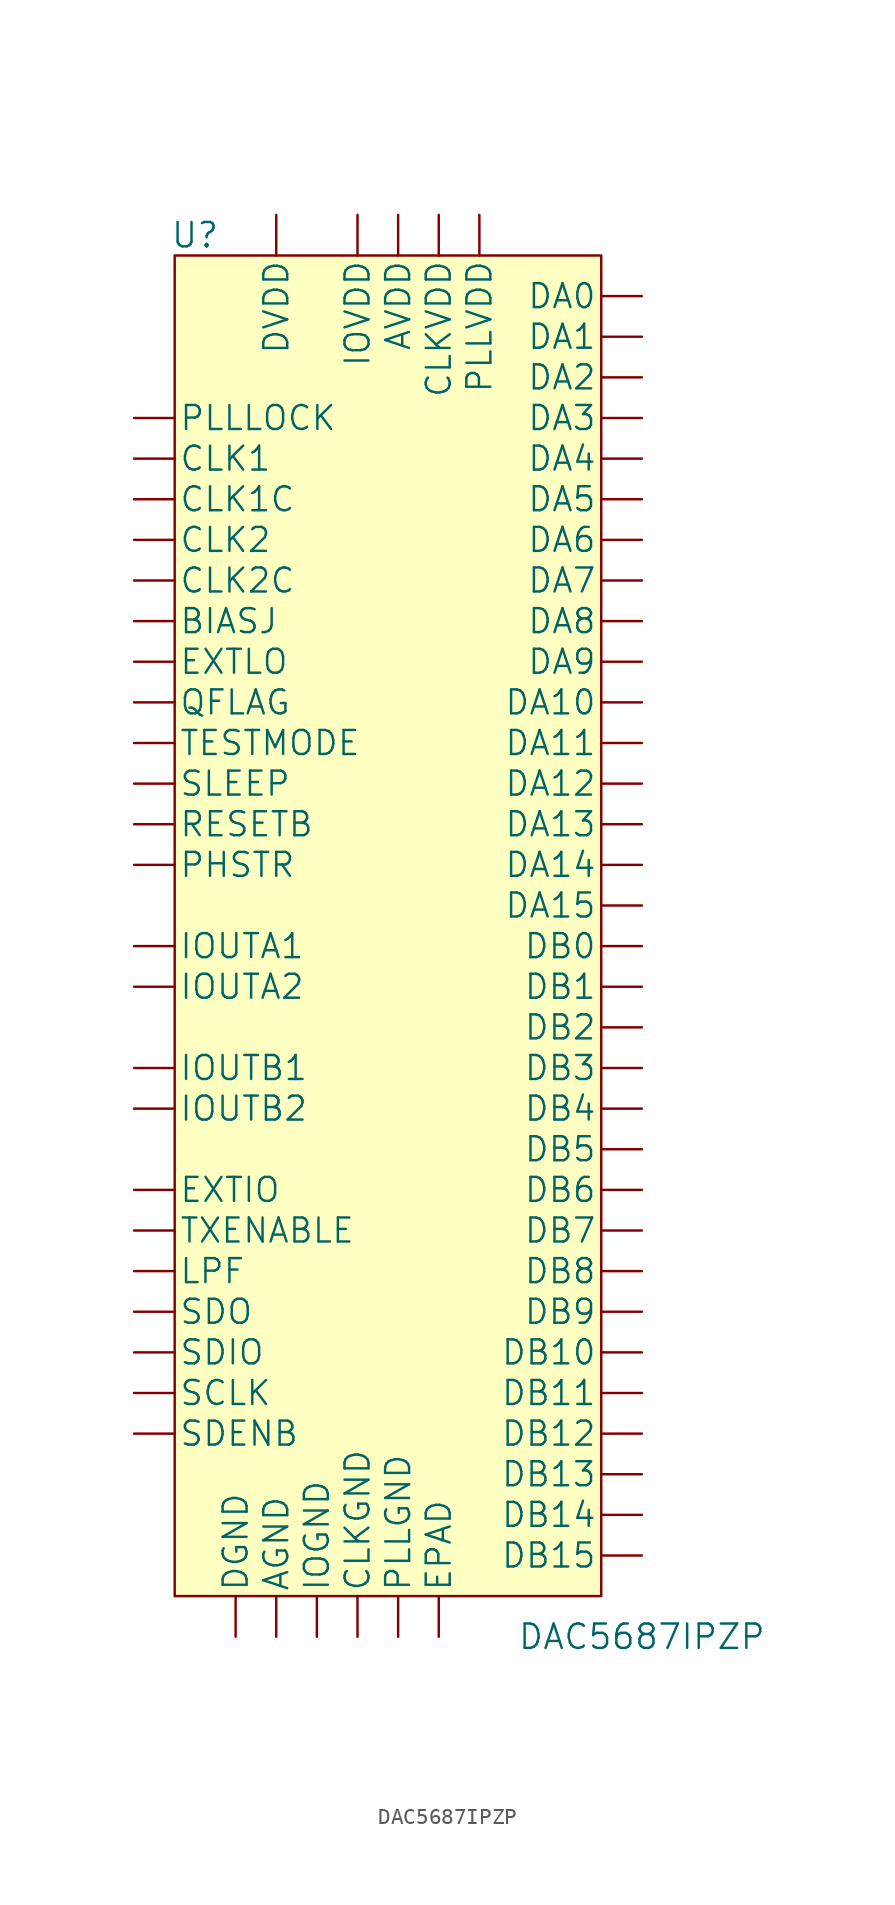
<source format=kicad_sym>
(kicad_symbol_lib
  (version 20211014)
  (generator kicad_symbol_editor)
  (symbol "DAC5687IPZP"
    (pin_numbers hide)
    (pin_names
      (offset 0.254))
    (property "Reference" "U"
      (at -11.43 13.97 0)
      (effects (font (size 1.524 1.524))))
    (property "Value" "DAC5687IPZP"
      (at 16.51 -73.66 0)
      (effects (font (size 1.524 1.524))))
    (symbol "DAC5687IPZP_0_1"
      (rectangle (start -12.7 12.7) (end 13.97 -71.12) (stroke (width 0) (type default) (color 0 0 0 0)) (fill (type background))))
    (symbol "DAC5687IPZP_1_1"
      (pin power_in line (at -6.35 -73.66 90) (length 2.54) (name "AGND" (effects (font (size 1.499 1.499)))) (number "1" (effects (font (size 1.499 1.499)))))
      (pin power_in line (at 1.27 15.24 0) (length 0) hide (name "AVDD" (effects (font (size 1.499 1.499)))) (number "10" (effects (font (size 1.499 1.499)))))
      (pin power_in line (at -6.35 15.24 0) (length 0) hide (name "DVDD" (effects (font (size 1.499 1.499)))) (number "100" (effects (font (size 1.499 1.499)))))
      (pin power_in line (at 3.81 -73.66 90) (length 2.54) (name "EPAD" (effects (font (size 1.499 1.499)))) (number "101" (effects (font (size 1.499 1.499)))))
      (pin input line (at -15.24 -45.72 0) (length 2.54) (name "EXTIO" (effects (font (size 1.499 1.499)))) (number "11" (effects (font (size 1.499 1.499)))))
      (pin power_in line (at -6.35 -73.66 180) (length 0) hide (name "AGND" (effects (font (size 1.499 1.499)))) (number "12" (effects (font (size 1.499 1.499)))))
      (pin bidirectional line (at -15.24 -10.16 0) (length 2.54) (name "BIASJ" (effects (font (size 1.499 1.499)))) (number "13" (effects (font (size 1.499 1.499)))))
      (pin power_in line (at 1.27 15.24 0) (length 0) hide (name "AVDD" (effects (font (size 1.499 1.499)))) (number "14" (effects (font (size 1.499 1.499)))))
      (pin input line (at -15.24 -12.7 0) (length 2.54) (name "EXTLO" (effects (font (size 1.499 1.499)))) (number "15" (effects (font (size 1.499 1.499)))))
      (pin power_in line (at 1.27 15.24 0) (length 0) hide (name "AVDD" (effects (font (size 1.499 1.499)))) (number "16" (effects (font (size 1.499 1.499)))))
      (pin power_in line (at -6.35 -73.66 180) (length 0) hide (name "AGND" (effects (font (size 1.499 1.499)))) (number "17" (effects (font (size 1.499 1.499)))))
      (pin power_in line (at 1.27 15.24 0) (length 0) hide (name "AVDD" (effects (font (size 1.499 1.499)))) (number "18" (effects (font (size 1.499 1.499)))))
      (pin power_in line (at -6.35 -73.66 180) (length 0) hide (name "AGND" (effects (font (size 1.499 1.499)))) (number "19" (effects (font (size 1.499 1.499)))))
      (pin power_in line (at 1.27 15.24 0) (length 0) hide (name "AVDD" (effects (font (size 1.499 1.499)))) (number "2" (effects (font (size 1.499 1.499)))))
      (pin output line (at -15.24 -33.02 0) (length 2.54) (name "IOUTA2" (effects (font (size 1.499 1.499)))) (number "20" (effects (font (size 1.499 1.499)))))
      (pin output line (at -15.24 -30.48 0) (length 2.54) (name "IOUTA1" (effects (font (size 1.499 1.499)))) (number "21" (effects (font (size 1.499 1.499)))))
      (pin power_in line (at -6.35 -73.66 180) (length 0) hide (name "AGND" (effects (font (size 1.499 1.499)))) (number "22" (effects (font (size 1.499 1.499)))))
      (pin power_in line (at 1.27 15.24 0) (length 0) hide (name "AVDD" (effects (font (size 1.499 1.499)))) (number "23" (effects (font (size 1.499 1.499)))))
      (pin power_in line (at 1.27 15.24 0) (length 0) hide (name "AVDD" (effects (font (size 1.499 1.499)))) (number "24" (effects (font (size 1.499 1.499)))))
      (pin power_in line (at -6.35 -73.66 180) (length 0) hide (name "AGND" (effects (font (size 1.499 1.499)))) (number "25" (effects (font (size 1.499 1.499)))))
      (pin power_in line (at -6.35 15.24 0) (length 0) hide (name "DVDD" (effects (font (size 1.499 1.499)))) (number "26" (effects (font (size 1.499 1.499)))))
      (pin power_in line (at -8.89 -73.66 180) (length 0) hide (name "DGND" (effects (font (size 1.499 1.499)))) (number "27" (effects (font (size 1.499 1.499)))))
      (pin input line (at -15.24 -60.96 0) (length 2.54) (name "SDENB" (effects (font (size 1.499 1.499)))) (number "28" (effects (font (size 1.499 1.499)))))
      (pin input line (at -15.24 -58.42 0) (length 2.54) (name "SCLK" (effects (font (size 1.499 1.499)))) (number "29" (effects (font (size 1.499 1.499)))))
      (pin power_in line (at 1.27 15.24 0) (length 0) hide (name "AVDD" (effects (font (size 1.499 1.499)))) (number "3" (effects (font (size 1.499 1.499)))))
      (pin bidirectional line (at -15.24 -55.88 0) (length 2.54) (name "SDIO" (effects (font (size 1.499 1.499)))) (number "30" (effects (font (size 1.499 1.499)))))
      (pin output line (at -15.24 -53.34 0) (length 2.54) (name "SDO" (effects (font (size 1.499 1.499)))) (number "31" (effects (font (size 1.499 1.499)))))
      (pin power_in line (at -6.35 15.24 0) (length 0) hide (name "DVDD" (effects (font (size 1.499 1.499)))) (number "32" (effects (font (size 1.499 1.499)))))
      (pin input line (at -15.24 -48.26 0) (length 2.54) (name "TXENABLE" (effects (font (size 1.499 1.499)))) (number "33" (effects (font (size 1.499 1.499)))))
      (pin input line (at 16.51 -27.94 180) (length 2.54) (name "DA15" (effects (font (size 1.499 1.499)))) (number "34" (effects (font (size 1.499 1.499)))))
      (pin input line (at 16.51 -25.4 180) (length 2.54) (name "DA14" (effects (font (size 1.499 1.499)))) (number "35" (effects (font (size 1.499 1.499)))))
      (pin input line (at 16.51 -22.86 180) (length 2.54) (name "DA13" (effects (font (size 1.499 1.499)))) (number "36" (effects (font (size 1.499 1.499)))))
      (pin power_in line (at -6.35 15.24 0) (length 0) hide (name "DVDD" (effects (font (size 1.499 1.499)))) (number "37" (effects (font (size 1.499 1.499)))))
      (pin power_in line (at -8.89 -73.66 90) (length 2.54) (name "DGND" (effects (font (size 1.499 1.499)))) (number "38" (effects (font (size 1.499 1.499)))))
      (pin input line (at 16.51 -20.32 180) (length 2.54) (name "DA12" (effects (font (size 1.499 1.499)))) (number "39" (effects (font (size 1.499 1.499)))))
      (pin power_in line (at -6.35 -73.66 180) (length 0) hide (name "AGND" (effects (font (size 1.499 1.499)))) (number "4" (effects (font (size 1.499 1.499)))))
      (pin input line (at 16.51 -17.78 180) (length 2.54) (name "DA11" (effects (font (size 1.499 1.499)))) (number "40" (effects (font (size 1.499 1.499)))))
      (pin input line (at 16.51 -15.24 180) (length 2.54) (name "DA10" (effects (font (size 1.499 1.499)))) (number "41" (effects (font (size 1.499 1.499)))))
      (pin input line (at 16.51 -12.7 180) (length 2.54) (name "DA9" (effects (font (size 1.499 1.499)))) (number "42" (effects (font (size 1.499 1.499)))))
      (pin input line (at 16.51 -10.16 180) (length 2.54) (name "DA8" (effects (font (size 1.499 1.499)))) (number "43" (effects (font (size 1.499 1.499)))))
      (pin power_in line (at -6.35 15.24 0) (length 0) hide (name "DVDD" (effects (font (size 1.499 1.499)))) (number "44" (effects (font (size 1.499 1.499)))))
      (pin power_in line (at -8.89 -73.66 180) (length 0) hide (name "DGND" (effects (font (size 1.499 1.499)))) (number "45" (effects (font (size 1.499 1.499)))))
      (pin power_in line (at -1.27 15.24 270) (length 2.54) (name "IOVDD" (effects (font (size 1.499 1.499)))) (number "46" (effects (font (size 1.499 1.499)))))
      (pin power_in line (at -3.81 -73.66 180) (length 0) hide (name "IOGND" (effects (font (size 1.499 1.499)))) (number "47" (effects (font (size 1.499 1.499)))))
      (pin input line (at 16.51 -7.62 180) (length 2.54) (name "DA7" (effects (font (size 1.499 1.499)))) (number "48" (effects (font (size 1.499 1.499)))))
      (pin input line (at 16.51 -5.08 180) (length 2.54) (name "DA6" (effects (font (size 1.499 1.499)))) (number "49" (effects (font (size 1.499 1.499)))))
      (pin output line (at -15.24 -38.1 0) (length 2.54) (name "IOUTB1" (effects (font (size 1.499 1.499)))) (number "5" (effects (font (size 1.499 1.499)))))
      (pin input line (at 16.51 -2.54 180) (length 2.54) (name "DA5" (effects (font (size 1.499 1.499)))) (number "50" (effects (font (size 1.499 1.499)))))
      (pin input line (at 16.51 0 180) (length 2.54) (name "DA4" (effects (font (size 1.499 1.499)))) (number "51" (effects (font (size 1.499 1.499)))))
      (pin input line (at 16.51 2.54 180) (length 2.54) (name "DA3" (effects (font (size 1.499 1.499)))) (number "52" (effects (font (size 1.499 1.499)))))
      (pin input line (at 16.51 5.08 180) (length 2.54) (name "DA2" (effects (font (size 1.499 1.499)))) (number "53" (effects (font (size 1.499 1.499)))))
      (pin input line (at 16.51 7.62 180) (length 2.54) (name "DA1" (effects (font (size 1.499 1.499)))) (number "54" (effects (font (size 1.499 1.499)))))
      (pin input line (at 16.51 10.16 180) (length 2.54) (name "DA0" (effects (font (size 1.499 1.499)))) (number "55" (effects (font (size 1.499 1.499)))))
      (pin power_in line (at -6.35 15.24 270) (length 2.54) (name "DVDD" (effects (font (size 1.499 1.499)))) (number "56" (effects (font (size 1.499 1.499)))))
      (pin power_in line (at -8.89 -73.66 180) (length 0) hide (name "DGND" (effects (font (size 1.499 1.499)))) (number "57" (effects (font (size 1.499 1.499)))))
      (pin power_in line (at -1.27 -73.66 90) (length 2.54) (name "CLKGND" (effects (font (size 1.499 1.499)))) (number "58" (effects (font (size 1.499 1.499)))))
      (pin input line (at -15.24 0 0) (length 2.54) (name "CLK1" (effects (font (size 1.499 1.499)))) (number "59" (effects (font (size 1.499 1.499)))))
      (pin output line (at -15.24 -40.64 0) (length 2.54) (name "IOUTB2" (effects (font (size 1.499 1.499)))) (number "6" (effects (font (size 1.499 1.499)))))
      (pin input line (at -15.24 -2.54 0) (length 2.54) (name "CLK1C" (effects (font (size 1.499 1.499)))) (number "60" (effects (font (size 1.499 1.499)))))
      (pin power_in line (at 3.81 15.24 270) (length 2.54) (name "CLKVDD" (effects (font (size 1.499 1.499)))) (number "61" (effects (font (size 1.499 1.499)))))
      (pin input line (at -15.24 -5.08 0) (length 2.54) (name "CLK2" (effects (font (size 1.499 1.499)))) (number "62" (effects (font (size 1.499 1.499)))))
      (pin input line (at -15.24 -7.62 0) (length 2.54) (name "CLK2C" (effects (font (size 1.499 1.499)))) (number "63" (effects (font (size 1.499 1.499)))))
      (pin power_in line (at -1.27 -73.66 180) (length 0) hide (name "CLKGND" (effects (font (size 1.499 1.499)))) (number "64" (effects (font (size 1.499 1.499)))))
      (pin power_in line (at 1.27 -73.66 90) (length 2.54) (name "PLLGND" (effects (font (size 1.499 1.499)))) (number "65" (effects (font (size 1.499 1.499)))))
      (pin bidirectional line (at -15.24 -50.8 0) (length 2.54) (name "LPF" (effects (font (size 1.499 1.499)))) (number "66" (effects (font (size 1.499 1.499)))))
      (pin power_in line (at 6.35 15.24 270) (length 2.54) (name "PLLVDD" (effects (font (size 1.499 1.499)))) (number "67" (effects (font (size 1.499 1.499)))))
      (pin power_in line (at -6.35 15.24 0) (length 0) hide (name "DVDD" (effects (font (size 1.499 1.499)))) (number "68" (effects (font (size 1.499 1.499)))))
      (pin power_in line (at -8.89 -73.66 180) (length 0) hide (name "DGND" (effects (font (size 1.499 1.499)))) (number "69" (effects (font (size 1.499 1.499)))))
      (pin power_in line (at -6.35 -73.66 180) (length 0) hide (name "AGND" (effects (font (size 1.499 1.499)))) (number "7" (effects (font (size 1.499 1.499)))))
      (pin output line (at -15.24 2.54 0) (length 2.54) (name "PLLLOCK" (effects (font (size 1.499 1.499)))) (number "70" (effects (font (size 1.499 1.499)))))
      (pin input line (at 16.51 -30.48 180) (length 2.54) (name "DB0" (effects (font (size 1.499 1.499)))) (number "71" (effects (font (size 1.499 1.499)))))
      (pin input line (at 16.51 -33.02 180) (length 2.54) (name "DB1" (effects (font (size 1.499 1.499)))) (number "72" (effects (font (size 1.499 1.499)))))
      (pin input line (at 16.51 -35.56 180) (length 2.54) (name "DB2" (effects (font (size 1.499 1.499)))) (number "73" (effects (font (size 1.499 1.499)))))
      (pin input line (at 16.51 -38.1 180) (length 2.54) (name "DB3" (effects (font (size 1.499 1.499)))) (number "74" (effects (font (size 1.499 1.499)))))
      (pin input line (at 16.51 -40.64 180) (length 2.54) (name "DB4" (effects (font (size 1.499 1.499)))) (number "75" (effects (font (size 1.499 1.499)))))
      (pin input line (at 16.51 -43.18 180) (length 2.54) (name "DB5" (effects (font (size 1.499 1.499)))) (number "76" (effects (font (size 1.499 1.499)))))
      (pin input line (at 16.51 -45.72 180) (length 2.54) (name "DB6" (effects (font (size 1.499 1.499)))) (number "77" (effects (font (size 1.499 1.499)))))
      (pin input line (at 16.51 -48.26 180) (length 2.54) (name "DB7" (effects (font (size 1.499 1.499)))) (number "78" (effects (font (size 1.499 1.499)))))
      (pin power_in line (at -3.81 -73.66 90) (length 2.54) (name "IOGND" (effects (font (size 1.499 1.499)))) (number "79" (effects (font (size 1.499 1.499)))))
      (pin power_in line (at 1.27 15.24 270) (length 2.54) (name "AVDD" (effects (font (size 1.499 1.499)))) (number "8" (effects (font (size 1.499 1.499)))))
      (pin power_in line (at -1.27 15.24 0) (length 0) hide (name "IOVDD" (effects (font (size 1.499 1.499)))) (number "80" (effects (font (size 1.499 1.499)))))
      (pin power_in line (at -8.89 -73.66 180) (length 0) hide (name "DGND" (effects (font (size 1.499 1.499)))) (number "81" (effects (font (size 1.499 1.499)))))
      (pin power_in line (at -6.35 15.24 0) (length 0) hide (name "DVDD" (effects (font (size 1.499 1.499)))) (number "82" (effects (font (size 1.499 1.499)))))
      (pin input line (at 16.51 -50.8 180) (length 2.54) (name "DB8" (effects (font (size 1.499 1.499)))) (number "83" (effects (font (size 1.499 1.499)))))
      (pin input line (at 16.51 -53.34 180) (length 2.54) (name "DB9" (effects (font (size 1.499 1.499)))) (number "84" (effects (font (size 1.499 1.499)))))
      (pin input line (at 16.51 -55.88 180) (length 2.54) (name "DB10" (effects (font (size 1.499 1.499)))) (number "85" (effects (font (size 1.499 1.499)))))
      (pin input line (at 16.51 -58.42 180) (length 2.54) (name "DB11" (effects (font (size 1.499 1.499)))) (number "86" (effects (font (size 1.499 1.499)))))
      (pin input line (at 16.51 -60.96 180) (length 2.54) (name "DB12" (effects (font (size 1.499 1.499)))) (number "87" (effects (font (size 1.499 1.499)))))
      (pin power_in line (at -8.89 -73.66 180) (length 0) hide (name "DGND" (effects (font (size 1.499 1.499)))) (number "88" (effects (font (size 1.499 1.499)))))
      (pin power_in line (at -6.35 15.24 0) (length 0) hide (name "DVDD" (effects (font (size 1.499 1.499)))) (number "89" (effects (font (size 1.499 1.499)))))
      (pin power_in line (at -6.35 -73.66 180) (length 0) hide (name "AGND" (effects (font (size 1.499 1.499)))) (number "9" (effects (font (size 1.499 1.499)))))
      (pin input line (at 16.51 -63.5 180) (length 2.54) (name "DB13" (effects (font (size 1.499 1.499)))) (number "90" (effects (font (size 1.499 1.499)))))
      (pin input line (at 16.51 -66.04 180) (length 2.54) (name "DB14" (effects (font (size 1.499 1.499)))) (number "91" (effects (font (size 1.499 1.499)))))
      (pin input line (at 16.51 -68.58 180) (length 2.54) (name "DB15" (effects (font (size 1.499 1.499)))) (number "92" (effects (font (size 1.499 1.499)))))
      (pin power_in line (at -8.89 -73.66 180) (length 0) hide (name "DGND" (effects (font (size 1.499 1.499)))) (number "93" (effects (font (size 1.499 1.499)))))
      (pin input line (at -15.24 -25.4 0) (length 2.54) (name "PHSTR" (effects (font (size 1.499 1.499)))) (number "94" (effects (font (size 1.499 1.499)))))
      (pin input line (at -15.24 -22.86 0) (length 2.54) (name "RESETB" (effects (font (size 1.499 1.499)))) (number "95" (effects (font (size 1.499 1.499)))))
      (pin input line (at -15.24 -20.32 0) (length 2.54) (name "SLEEP" (effects (font (size 1.499 1.499)))) (number "96" (effects (font (size 1.499 1.499)))))
      (pin input line (at -15.24 -17.78 0) (length 2.54) (name "TESTMODE" (effects (font (size 1.499 1.499)))) (number "97" (effects (font (size 1.499 1.499)))))
      (pin input line (at -15.24 -15.24 0) (length 2.54) (name "QFLAG" (effects (font (size 1.499 1.499)))) (number "98" (effects (font (size 1.499 1.499)))))
      (pin power_in line (at -8.89 -73.66 180) (length 0) hide (name "DGND" (effects (font (size 1.499 1.499)))) (number "99" (effects (font (size 1.499 1.499))))))))
</source>
